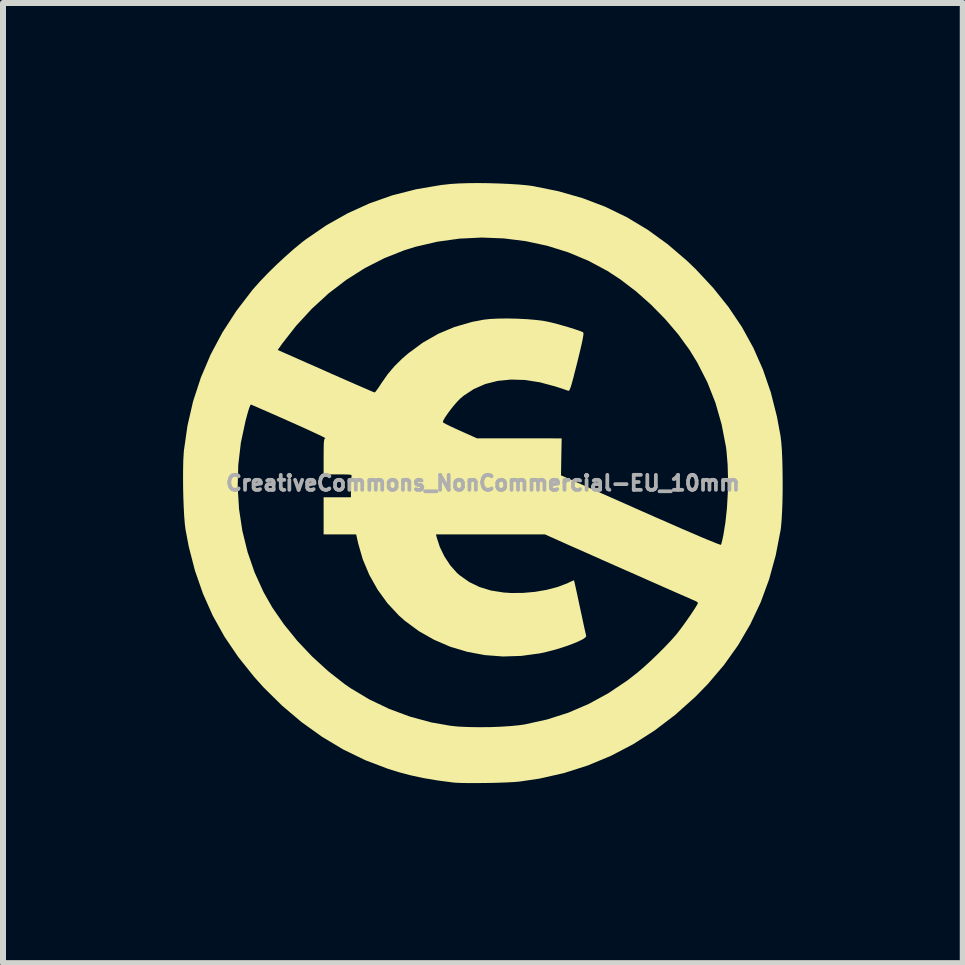
<source format=kicad_pcb>
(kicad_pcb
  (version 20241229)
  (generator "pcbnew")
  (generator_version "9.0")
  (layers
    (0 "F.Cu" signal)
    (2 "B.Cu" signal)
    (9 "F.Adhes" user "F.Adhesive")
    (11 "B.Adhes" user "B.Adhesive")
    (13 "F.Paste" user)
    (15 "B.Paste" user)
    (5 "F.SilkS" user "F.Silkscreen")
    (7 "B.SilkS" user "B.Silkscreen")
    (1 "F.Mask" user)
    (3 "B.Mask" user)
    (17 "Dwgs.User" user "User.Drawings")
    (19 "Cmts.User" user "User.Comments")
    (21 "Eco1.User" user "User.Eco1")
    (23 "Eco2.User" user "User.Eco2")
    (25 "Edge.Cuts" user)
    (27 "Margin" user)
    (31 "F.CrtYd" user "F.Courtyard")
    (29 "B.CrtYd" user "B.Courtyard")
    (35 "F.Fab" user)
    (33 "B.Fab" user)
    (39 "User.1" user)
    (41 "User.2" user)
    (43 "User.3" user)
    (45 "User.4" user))
  (footprint "CreativeCommons_NonCommercial-EU_10mm"
    (layer "F.Cu")
    (at 4.997 4.999)
    (property "Reference" "CreativeCommons_NonCommercial-EU_10mm" (at 0 0 0) (layer "F.Fab") (effects (font (size 0.25 0.25) (thickness 0.3))))
    (attr board_only exclude_from_pos_files exclude_from_bom)
    (fp_poly (pts (xy 0.087 -4.997) (xy 0.267 -4.992) (xy 0.442 -4.984) (xy 0.603 -4.974) (xy 0.742 -4.961) (xy 0.836 -4.948) (xy 1.256 -4.863) (xy 1.655 -4.749) (xy 2.035 -4.605) (xy 2.398 -4.429) (xy 2.744 -4.221) (xy 3.077 -3.98) (xy 3.397 -3.706) (xy 3.545 -3.564) (xy 3.835 -3.253) (xy 4.091 -2.933) (xy 4.314 -2.601) (xy 4.505 -2.254) (xy 4.665 -1.891) (xy 4.796 -1.51) (xy 4.898 -1.107) (xy 4.958 -0.782) (xy 4.97 -0.68) (xy 4.98 -0.55) (xy 4.987 -0.396) (xy 4.991 -0.228) (xy 4.993 -0.05) (xy 4.993 0.13) (xy 4.99 0.304) (xy 4.984 0.467) (xy 4.976 0.611) (xy 4.966 0.729) (xy 4.96 0.777) (xy 4.878 1.201) (xy 4.767 1.605) (xy 4.626 1.989) (xy 4.453 2.354) (xy 4.25 2.702) (xy 4.014 3.033) (xy 3.746 3.348) (xy 3.534 3.565) (xy 3.204 3.86) (xy 2.86 4.122) (xy 2.503 4.35) (xy 2.132 4.544) (xy 1.748 4.704) (xy 1.351 4.831) (xy 0.94 4.924) (xy 0.609 4.973) (xy 0.528 4.98) (xy 0.42 4.986) (xy 0.294 4.991) (xy 0.156 4.995) (xy 0.014 4.997) (xy -0.126 4.998) (xy -0.256 4.998) (xy -0.368 4.996) (xy -0.457 4.992) (xy -0.5 4.988) (xy -0.759 4.954) (xy -0.991 4.915) (xy -1.204 4.869) (xy -1.408 4.815) (xy -1.581 4.761) (xy -1.96 4.617) (xy -2.327 4.439) (xy -2.681 4.227) (xy -3.022 3.983) (xy -3.347 3.708) (xy -3.656 3.403) (xy -3.814 3.227) (xy -4.077 2.898) (xy -4.306 2.56) (xy -4.502 2.209) (xy -4.665 1.843) (xy -4.798 1.461) (xy -4.902 1.059) (xy -4.956 0.773) (xy -4.968 0.677) (xy -4.978 0.553) (xy -4.986 0.407) (xy -4.992 0.247) (xy -4.996 0.081) (xy -4.996 0.066) (xy -4.087 0.066) (xy -4.064 0.434) (xy -4.009 0.795) (xy -3.922 1.149) (xy -3.804 1.491) (xy -3.655 1.818) (xy -3.51 2.073) (xy -3.315 2.355) (xy -3.091 2.631) (xy -2.844 2.892) (xy -2.58 3.133) (xy -2.306 3.348) (xy -2.203 3.419) (xy -1.892 3.605) (xy -1.561 3.763) (xy -1.216 3.891) (xy -0.863 3.987) (xy -0.544 4.043) (xy -0.409 4.057) (xy -0.249 4.064) (xy -0.072 4.067) (xy 0.112 4.066) (xy 0.293 4.059) (xy 0.464 4.048) (xy 0.613 4.033) (xy 0.7 4.02) (xy 1.07 3.938) (xy 1.423 3.825) (xy 1.761 3.68) (xy 2.087 3.502) (xy 2.402 3.291) (xy 2.563 3.166) (xy 2.669 3.076) (xy 2.788 2.968) (xy 2.91 2.851) (xy 3.029 2.732) (xy 3.136 2.619) (xy 3.224 2.519) (xy 3.239 2.5) (xy 3.286 2.439) (xy 3.34 2.366) (xy 3.397 2.286) (xy 3.453 2.206) (xy 3.503 2.131) (xy 3.544 2.067) (xy 3.572 2.02) (xy 3.582 1.997) (xy 3.567 1.979) (xy 3.541 1.965) (xy 3.518 1.955) (xy 3.465 1.932) (xy 3.386 1.897) (xy 3.283 1.852) (xy 3.16 1.798) (xy 3.021 1.737) (xy 2.868 1.669) (xy 2.705 1.597) (xy 2.536 1.522) (xy 2.363 1.446) (xy 2.189 1.369) (xy 2.019 1.294) (xy 1.856 1.221) (xy 1.702 1.153) (xy 1.562 1.091) (xy 1.437 1.036) (xy 1.333 0.989) (xy 1.252 0.953) (xy 1.212 0.935) (xy 1.033 0.855) (xy -0.783 0.855) (xy -0.771 0.905) (xy -0.719 1.065) (xy -0.642 1.223) (xy -0.546 1.369) (xy -0.437 1.493) (xy -0.387 1.537) (xy -0.228 1.649) (xy -0.056 1.732) (xy 0.133 1.79) (xy 0.344 1.823) (xy 0.466 1.831) (xy 0.665 1.83) (xy 0.867 1.812) (xy 1.064 1.778) (xy 1.246 1.73) (xy 1.404 1.67) (xy 1.443 1.651) (xy 1.486 1.631) (xy 1.513 1.621) (xy 1.517 1.621) (xy 1.522 1.64) (xy 1.533 1.689) (xy 1.55 1.765) (xy 1.571 1.861) (xy 1.595 1.974) (xy 1.616 2.073) (xy 1.643 2.196) (xy 1.667 2.309) (xy 1.688 2.406) (xy 1.705 2.482) (xy 1.716 2.531) (xy 1.72 2.548) (xy 1.708 2.57) (xy 1.666 2.6) (xy 1.599 2.634) (xy 1.511 2.671) (xy 1.408 2.71) (xy 1.293 2.748) (xy 1.173 2.783) (xy 1.052 2.814) (xy 0.948 2.837) (xy 0.64 2.879) (xy 0.334 2.889) (xy 0.032 2.866) (xy -0.262 2.811) (xy -0.546 2.726) (xy -0.815 2.61) (xy -1.069 2.466) (xy -1.302 2.294) (xy -1.404 2.203) (xy -1.591 2.002) (xy -1.755 1.776) (xy -1.893 1.531) (xy -2.003 1.27) (xy -2.081 0.999) (xy -2.081 0.995) (xy -2.113 0.855) (xy -2.655 0.855) (xy -2.655 0.236) (xy -2.2 0.236) (xy -2.2 0.074) (xy -2.199 -0.002) (xy -2.196 -0.066) (xy -2.191 -0.108) (xy -2.189 -0.117) (xy -2.188 -0.128) (xy -2.2 -0.137) (xy -2.23 -0.142) (xy -2.283 -0.144) (xy -2.364 -0.145) (xy -2.416 -0.145) (xy -2.655 -0.145) (xy -2.655 -0.445) (xy -2.654 -0.557) (xy -2.653 -0.637) (xy -2.65 -0.69) (xy -2.645 -0.723) (xy -2.638 -0.74) (xy -2.628 -0.746) (xy -2.623 -0.746) (xy -2.632 -0.753) (xy -2.67 -0.773) (xy -2.736 -0.805) (xy -2.824 -0.846) (xy -2.932 -0.896) (xy -3.057 -0.953) (xy -3.195 -1.014) (xy -3.226 -1.028) (xy -3.367 -1.091) (xy -3.499 -1.149) (xy -3.615 -1.2) (xy -3.714 -1.243) (xy -3.791 -1.277) (xy -3.843 -1.299) (xy -3.866 -1.309) (xy -3.867 -1.309) (xy -3.879 -1.292) (xy -3.899 -1.24) (xy -3.924 -1.156) (xy -3.955 -1.041) (xy -3.956 -1.037) (xy -4.034 -0.672) (xy -4.077 -0.303) (xy -4.087 0.066) (xy -4.996 0.066) (xy -4.997 -0.084) (xy -4.996 -0.242) (xy -4.993 -0.383) (xy -4.986 -0.501) (xy -4.983 -0.54) (xy -4.923 -0.959) (xy -4.829 -1.365) (xy -4.7 -1.759) (xy -4.538 -2.14) (xy -4.497 -2.218) (xy -3.42 -2.218) (xy -3.342 -2.184) (xy -3.309 -2.169) (xy -3.247 -2.142) (xy -3.159 -2.103) (xy -3.049 -2.054) (xy -2.922 -1.998) (xy -2.781 -1.936) (xy -2.63 -1.869) (xy -2.541 -1.829) (xy -2.389 -1.762) (xy -2.247 -1.7) (xy -2.119 -1.644) (xy -2.008 -1.596) (xy -1.918 -1.557) (xy -1.852 -1.528) (xy -1.813 -1.513) (xy -1.804 -1.51) (xy -1.789 -1.524) (xy -1.76 -1.563) (xy -1.721 -1.619) (xy -1.695 -1.66) (xy -1.589 -1.812) (xy -1.475 -1.947) (xy -1.343 -2.077) (xy -1.243 -2.163) (xy -1.001 -2.341) (xy -0.746 -2.487) (xy -0.474 -2.601) (xy -0.184 -2.685) (xy -0.000217 -2.721) (xy 0.113 -2.734) (xy 0.252 -2.741) (xy 0.408 -2.743) (xy 0.572 -2.739) (xy 0.735 -2.731) (xy 0.886 -2.718) (xy 1.017 -2.701) (xy 1.064 -2.692) (xy 1.142 -2.675) (xy 1.235 -2.651) (xy 1.335 -2.623) (xy 1.435 -2.594) (xy 1.526 -2.565) (xy 1.601 -2.54) (xy 1.653 -2.52) (xy 1.668 -2.512) (xy 1.674 -2.499) (xy 1.673 -2.47) (xy 1.665 -2.42) (xy 1.651 -2.347) (xy 1.628 -2.247) (xy 1.597 -2.118) (xy 1.571 -2.011) (xy 1.534 -1.866) (xy 1.505 -1.752) (xy 1.482 -1.667) (xy 1.464 -1.606) (xy 1.449 -1.567) (xy 1.438 -1.545) (xy 1.427 -1.537) (xy 1.42 -1.538) (xy 1.392 -1.548) (xy 1.337 -1.567) (xy 1.264 -1.591) (xy 1.206 -1.61) (xy 0.949 -1.679) (xy 0.702 -1.718) (xy 0.467 -1.725) (xy 0.245 -1.703) (xy 0.039 -1.651) (xy -0.151 -1.568) (xy -0.321 -1.457) (xy -0.38 -1.407) (xy -0.429 -1.357) (xy -0.484 -1.294) (xy -0.539 -1.225) (xy -0.59 -1.156) (xy -0.632 -1.094) (xy -0.66 -1.045) (xy -0.669 -1.016) (xy -0.668 -1.014) (xy -0.651 -1.002) (xy -0.605 -0.977) (xy -0.538 -0.944) (xy -0.453 -0.905) (xy -0.381 -0.872) (xy -0.1 -0.746) (xy 0.605 -0.746) (xy 1.311 -0.745) (xy 1.305 -0.437) (xy 1.3 -0.129) (xy 2.627 0.459) (xy 2.869 0.566) (xy 3.091 0.663) (xy 3.291 0.751) (xy 3.468 0.827) (xy 3.621 0.893) (xy 3.748 0.946) (xy 3.847 0.986) (xy 3.917 1.014) (xy 3.957 1.027) (xy 3.966 1.028) (xy 3.974 1.002) (xy 3.987 0.951) (xy 4.002 0.883) (xy 4.006 0.863) (xy 4.04 0.65) (xy 4.065 0.416) (xy 4.079 0.171) (xy 4.083 -0.075) (xy 4.076 -0.311) (xy 4.058 -0.528) (xy 4.049 -0.601) (xy 3.976 -0.979) (xy 3.873 -1.339) (xy 3.737 -1.683) (xy 3.569 -2.011) (xy 3.442 -2.218) (xy 3.255 -2.476) (xy 3.039 -2.729) (xy 2.803 -2.97) (xy 2.551 -3.194) (xy 2.29 -3.393) (xy 2.073 -3.535) (xy 1.755 -3.705) (xy 1.42 -3.845) (xy 1.071 -3.954) (xy 0.712 -4.031) (xy 0.346 -4.077) (xy -0.023 -4.091) (xy -0.393 -4.073) (xy -0.76 -4.022) (xy -1.121 -3.938) (xy -1.309 -3.88) (xy -1.642 -3.748) (xy -1.965 -3.584) (xy -2.276 -3.387) (xy -2.573 -3.16) (xy -2.852 -2.904) (xy -3.112 -2.622) (xy -3.346 -2.323) (xy -3.42 -2.218) (xy -4.497 -2.218) (xy -4.341 -2.51) (xy -4.11 -2.867) (xy -3.845 -3.213) (xy -3.829 -3.232) (xy -3.719 -3.356) (xy -3.589 -3.492) (xy -3.445 -3.634) (xy -3.295 -3.773) (xy -3.149 -3.902) (xy -3.013 -4.014) (xy -2.954 -4.059) (xy -2.612 -4.294) (xy -2.257 -4.494) (xy -1.89 -4.661) (xy -1.509 -4.795) (xy -1.112 -4.896) (xy -0.699 -4.966) (xy -0.537 -4.984) (xy -0.412 -4.992) (xy -0.261 -4.997) (xy -0.092 -4.999)) (stroke (width 0) (type solid)) (fill yes) (layer "F.SilkS")))
  (gr_rect
    (start -3 -3)
    (end 12.991 12.997)
    (stroke (width 0.1) (type default))
    (fill no)
    (layer "Edge.Cuts")))
</source>
